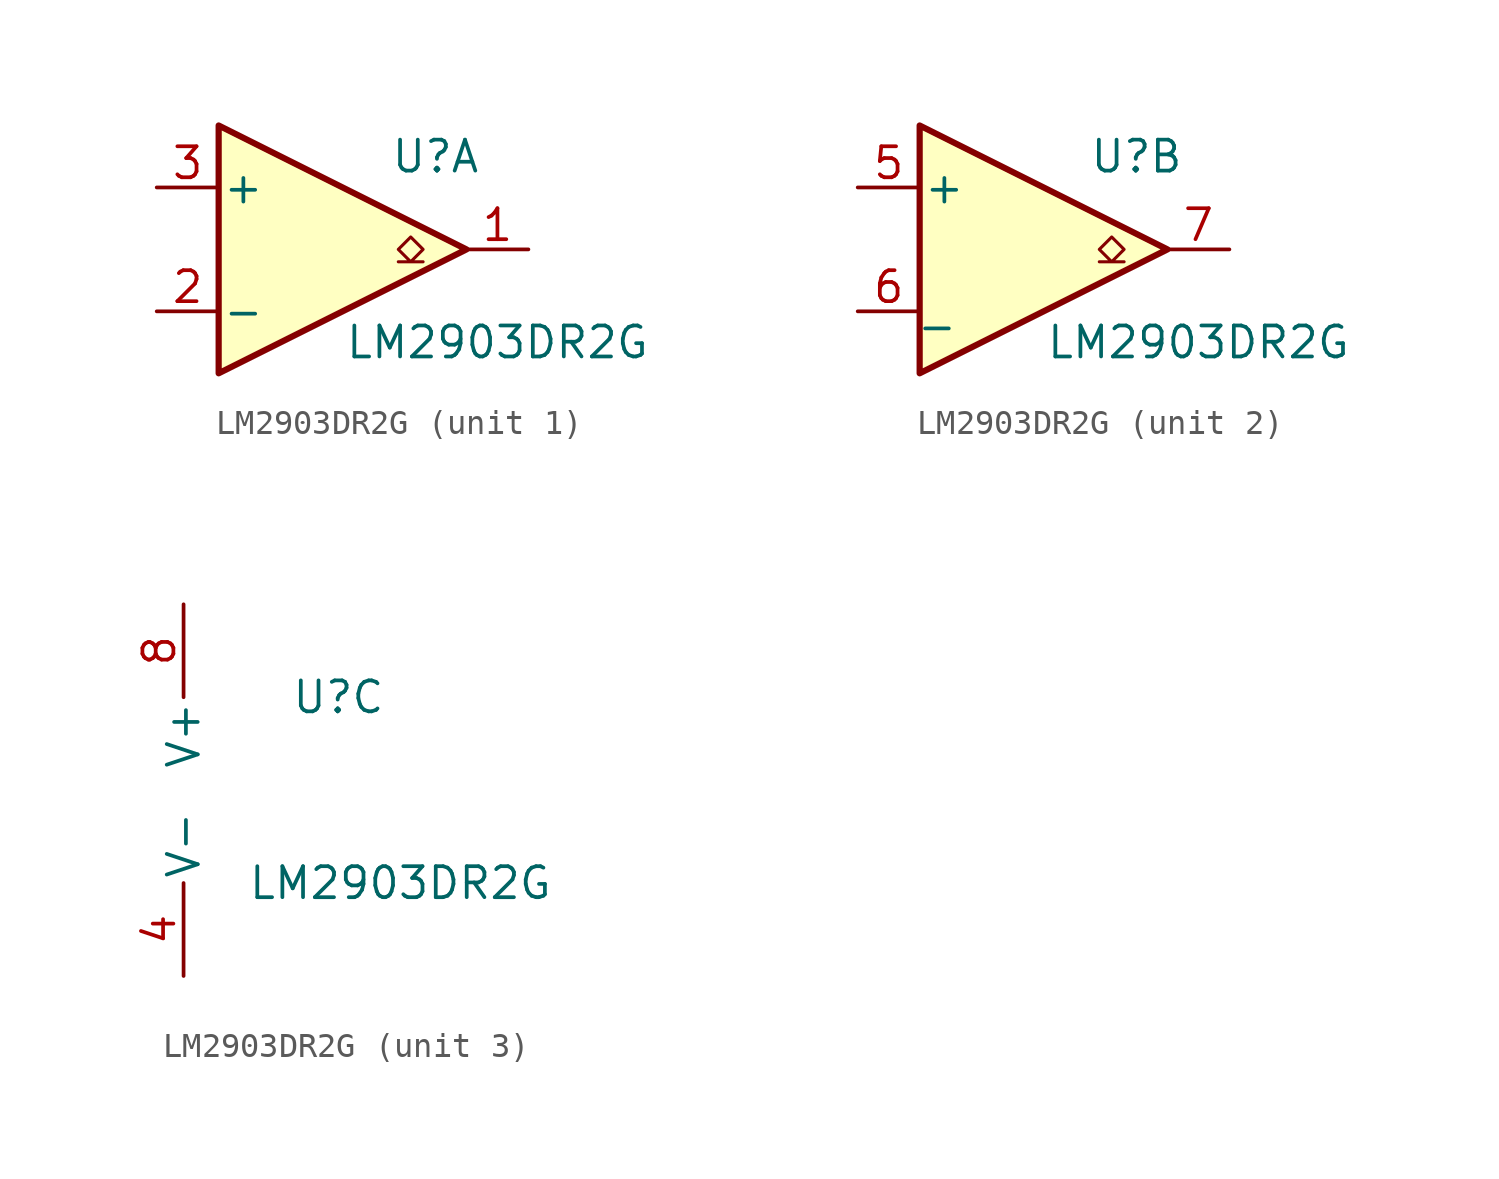
<source format=kicad_sym>
(kicad_symbol_lib
  (version 20211014)
  (generator kicad_symbol_editor)
  (symbol "LM2903DR2G"
    (pin_names
      (offset 0.127))
    (property "Reference" "U"
      (at 3.81 3.81 0)
      (effects (font (size 1.27 1.27))))
    (property "Value" "LM2903DR2G"
      (at 6.35 -3.81 0)
      (effects (font (size 1.27 1.27))))
    (property "ki_locked" ""
      (at 0 0 0)
      (effects (font (size 1.27 1.27))))
    (symbol "LM2903DR2G_1_1"
      (polyline (pts (xy -5.08 5.08) (xy 5.08 0) (xy -5.08 -5.08) (xy -5.08 5.08)) (stroke (width 0.254) (type default) (color 0 0 0 0)) (fill (type background)))
      (polyline (pts (xy 3.302 -0.508) (xy 2.794 -0.508) (xy 3.302 0) (xy 2.794 0.508) (xy 2.286 0) (xy 2.794 -0.508) (xy 2.286 -0.508)) (stroke (width 0.127) (type default) (color 0 0 0 0)) (fill (type none)))
      (pin open_collector line (at 7.62 0 180) (length 2.54) (name "~" (effects (font (size 1.27 1.27)))) (number "1" (effects (font (size 1.27 1.27)))))
      (pin input line (at -7.62 -2.54 0) (length 2.54) (name "-" (effects (font (size 1.27 1.27)))) (number "2" (effects (font (size 1.27 1.27)))))
      (pin input line (at -7.62 2.54 0) (length 2.54) (name "+" (effects (font (size 1.27 1.27)))) (number "3" (effects (font (size 1.27 1.27))))))
    (symbol "LM2903DR2G_2_1"
      (polyline (pts (xy -5.08 5.08) (xy 5.08 0) (xy -5.08 -5.08) (xy -5.08 5.08)) (stroke (width 0.254) (type default) (color 0 0 0 0)) (fill (type background)))
      (polyline (pts (xy 3.302 -0.508) (xy 2.794 -0.508) (xy 3.302 0) (xy 2.794 0.508) (xy 2.286 0) (xy 2.794 -0.508) (xy 2.286 -0.508)) (stroke (width 0.127) (type default) (color 0 0 0 0)) (fill (type none)))
      (pin input line (at -7.62 2.54 0) (length 2.54) (name "+" (effects (font (size 1.27 1.27)))) (number "5" (effects (font (size 1.27 1.27)))))
      (pin input line (at -7.62 -2.54 0) (length 2.54) (name "_" (effects (font (size 1.27 1.27)))) (number "6" (effects (font (size 1.27 1.27)))))
      (pin open_collector line (at 7.62 0 180) (length 2.54) (name "~" (effects (font (size 1.27 1.27)))) (number "7" (effects (font (size 1.27 1.27))))))
    (symbol "LM2903DR2G_3_1"
      (pin power_in line (at -2.54 -7.62 90) (length 3.81) (name "V-" (effects (font (size 1.27 1.27)))) (number "4" (effects (font (size 1.27 1.27)))))
      (pin power_in line (at -2.54 7.62 270) (length 3.81) (name "V+" (effects (font (size 1.27 1.27)))) (number "8" (effects (font (size 1.27 1.27))))))))
</source>
